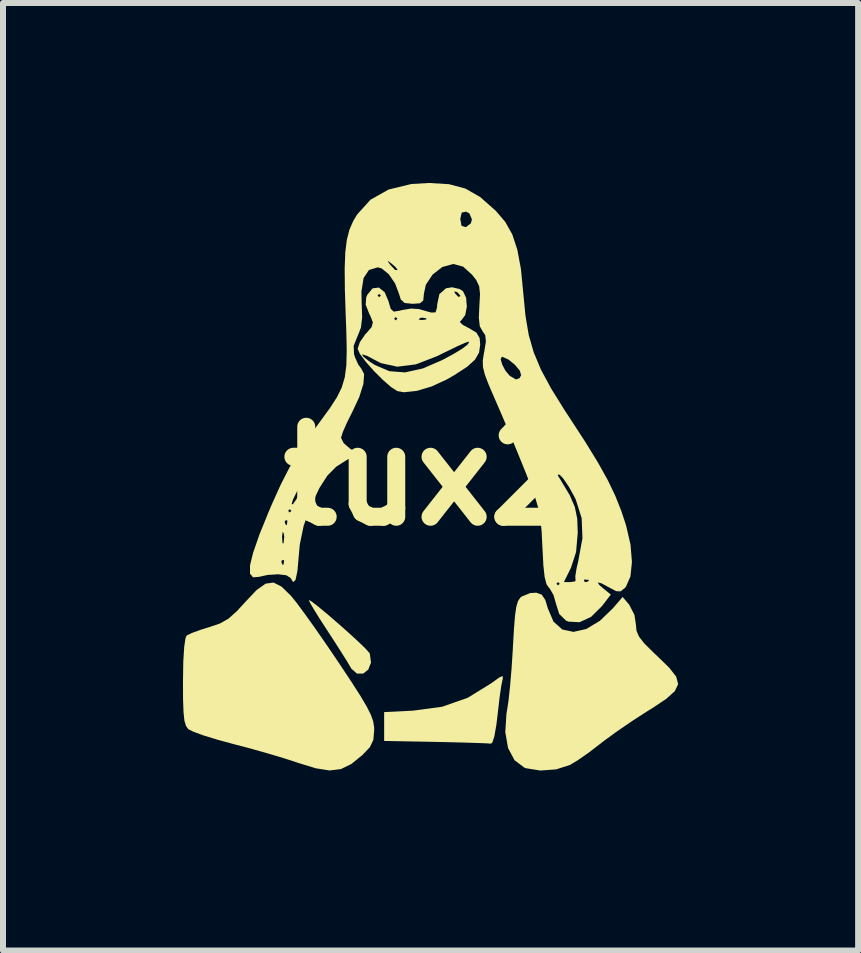
<source format=kicad_pcb>
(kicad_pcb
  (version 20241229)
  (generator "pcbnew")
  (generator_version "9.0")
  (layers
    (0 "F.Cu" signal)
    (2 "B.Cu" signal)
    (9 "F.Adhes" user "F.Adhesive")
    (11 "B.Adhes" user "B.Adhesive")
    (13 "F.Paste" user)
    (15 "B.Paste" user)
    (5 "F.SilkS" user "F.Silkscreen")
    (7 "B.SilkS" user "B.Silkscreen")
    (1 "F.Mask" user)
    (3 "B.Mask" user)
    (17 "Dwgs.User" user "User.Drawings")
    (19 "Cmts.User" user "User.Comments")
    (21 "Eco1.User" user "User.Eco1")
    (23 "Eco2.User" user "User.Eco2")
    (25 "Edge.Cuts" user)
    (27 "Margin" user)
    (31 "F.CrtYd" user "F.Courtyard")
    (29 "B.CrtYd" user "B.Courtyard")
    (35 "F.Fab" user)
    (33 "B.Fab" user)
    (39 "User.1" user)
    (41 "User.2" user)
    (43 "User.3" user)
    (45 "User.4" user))
  (footprint "tux2"
    (layer "F.Cu")
    (at 4.126 4.885)
    (property "Reference" "tux2" (at 0 0 0) (layer "F.SilkS") (effects (font (size 1.5 1.5) (thickness 0.3))))
    (attr board_only exclude_from_pos_files exclude_from_bom)
    (fp_poly (pts (xy -1.982 2.091) (xy -1.874 2.174) (xy -1.723 2.299) (xy -1.55 2.448) (xy -1.374 2.604) (xy -1.214 2.75) (xy -1.089 2.87) (xy -1.02 2.947) (xy -1.012 2.959) (xy -0.992 3.108) (xy -1.037 3.225) (xy -1.123 3.293) (xy -1.226 3.293) (xy -1.321 3.209) (xy -1.332 3.189) (xy -1.389 3.092) (xy -1.492 2.928) (xy -1.623 2.724) (xy -1.721 2.573) (xy -1.852 2.371) (xy -1.954 2.206) (xy -2.016 2.098) (xy -2.029 2.066)) (stroke (width 0) (type solid)) (fill yes) (layer "F.SilkS"))
    (fp_poly (pts (xy 1.205 3.374) (xy 1.199 3.397) (xy 1.177 3.51) (xy 1.151 3.689) (xy 1.134 3.838) (xy 1.098 4.143) (xy 1.063 4.344) (xy 1.029 4.445) (xy 1.003 4.46) (xy 0.938 4.455) (xy 0.782 4.449) (xy 0.555 4.442) (xy 0.277 4.435) (xy 0.097 4.431) (xy -0.773 4.415) (xy -0.773 4.174) (xy -0.773 3.934) (xy -0.29 3.91) (xy 0.193 3.845) (xy 0.621 3.695) (xy 1.018 3.45) (xy 1.028 3.442) (xy 1.149 3.355) (xy 1.202 3.333)) (stroke (width 0) (type solid)) (fill yes) (layer "F.SilkS"))
    (fp_poly (pts (xy -2.482 1.844) (xy -2.329 1.993) (xy -2.233 2.111) (xy -2.091 2.303) (xy -1.916 2.548) (xy -1.722 2.828) (xy -1.532 3.108) (xy -1.323 3.423) (xy -1.169 3.663) (xy -1.062 3.844) (xy -0.994 3.98) (xy -0.956 4.087) (xy -0.941 4.18) (xy -0.939 4.233) (xy -0.953 4.397) (xy -1.011 4.519) (xy -1.137 4.651) (xy -1.137 4.651) (xy -1.321 4.8) (xy -1.494 4.884) (xy -1.682 4.907) (xy -1.912 4.871) (xy -2.21 4.78) (xy -2.236 4.77) (xy -2.451 4.701) (xy -2.733 4.617) (xy -3.043 4.53) (xy -3.285 4.467) (xy -3.549 4.395) (xy -3.778 4.325) (xy -3.949 4.263) (xy -4.037 4.218) (xy -4.038 4.218) (xy -4.076 4.165) (xy -4.102 4.078) (xy -4.117 3.935) (xy -4.125 3.719) (xy -4.126 3.421) (xy -4.121 3.094) (xy -4.106 2.85) (xy -4.084 2.701) (xy -4.064 2.657) (xy -3.98 2.616) (xy -3.828 2.561) (xy -3.689 2.518) (xy -3.509 2.457) (xy -3.367 2.376) (xy -3.226 2.25) (xy -3.087 2.098) (xy -2.899 1.899) (xy -2.749 1.793) (xy -2.616 1.775)) (stroke (width 0) (type solid)) (fill yes) (layer "F.SilkS"))
    (fp_poly (pts (xy 1.853 1.976) (xy 1.913 2.065) (xy 1.956 2.207) (xy 2.05 2.427) (xy 2.196 2.557) (xy 2.382 2.597) (xy 2.596 2.549) (xy 2.825 2.411) (xy 3.04 2.203) (xy 3.202 2.015) (xy 3.313 2.146) (xy 3.399 2.315) (xy 3.423 2.473) (xy 3.433 2.578) (xy 3.474 2.675) (xy 3.56 2.786) (xy 3.71 2.935) (xy 3.79 3.011) (xy 3.982 3.198) (xy 4.096 3.345) (xy 4.127 3.468) (xy 4.072 3.585) (xy 3.928 3.714) (xy 3.691 3.872) (xy 3.605 3.925) (xy 3.357 4.085) (xy 3.105 4.258) (xy 2.889 4.415) (xy 2.817 4.471) (xy 2.632 4.613) (xy 2.449 4.74) (xy 2.321 4.816) (xy 2.093 4.889) (xy 1.831 4.908) (xy 1.593 4.87) (xy 1.563 4.859) (xy 1.4 4.736) (xy 1.292 4.533) (xy 1.246 4.267) (xy 1.266 3.956) (xy 1.275 3.907) (xy 1.3 3.741) (xy 1.326 3.497) (xy 1.351 3.204) (xy 1.371 2.895) (xy 1.373 2.851) (xy 1.391 2.541) (xy 1.409 2.322) (xy 1.43 2.176) (xy 1.458 2.084) (xy 1.495 2.028) (xy 1.521 2.007) (xy 1.662 1.95) (xy 1.763 1.944)) (stroke (width 0) (type solid)) (fill yes) (layer "F.SilkS"))
    (fp_poly (pts (xy 0.486 -3.117) (xy 0.541 -3.081) (xy 0.593 -2.972) (xy 0.605 -2.822) (xy 0.578 -2.683) (xy 0.523 -2.609) (xy 0.488 -2.569) (xy 0.537 -2.52) (xy 0.634 -2.469) (xy 0.765 -2.391) (xy 0.819 -2.299) (xy 0.828 -2.192) (xy 0.809 -2.059) (xy 0.741 -1.94) (xy 0.608 -1.82) (xy 0.396 -1.682) (xy 0.274 -1.612) (xy 0.02 -1.494) (xy -0.229 -1.42) (xy -0.441 -1.397) (xy -0.552 -1.416) (xy -0.657 -1.483) (xy -0.796 -1.604) (xy -0.945 -1.753) (xy -1.08 -1.906) (xy -1.168 -2.024) (xy -1.142 -2.024) (xy -1.114 -1.984) (xy -1.015 -1.908) (xy -0.929 -1.852) (xy -0.686 -1.748) (xy -0.424 -1.728) (xy -0.127 -1.794) (xy 0.194 -1.933) (xy 0.38 -2.033) (xy 0.53 -2.124) (xy 0.613 -2.188) (xy 0.615 -2.19) (xy 0.642 -2.228) (xy 0.633 -2.24) (xy 0.574 -2.22) (xy 0.45 -2.165) (xy 0.25 -2.068) (xy 0.11 -1.999) (xy -0.244 -1.862) (xy -0.555 -1.823) (xy -0.828 -1.883) (xy -0.931 -1.936) (xy -1.054 -2.002) (xy -1.133 -2.027) (xy -1.142 -2.024) (xy -1.168 -2.024) (xy -1.178 -2.037) (xy -1.215 -2.121) (xy -1.178 -2.232) (xy -1.089 -2.361) (xy -1.072 -2.379) (xy -0.982 -2.483) (xy -0.961 -2.561) (xy -0.985 -2.623) (xy -0.607 -2.623) (xy -0.58 -2.595) (xy -0.567 -2.608) (xy -0.197 -2.608) (xy -0.143 -2.6) (xy -0.071 -2.61) (xy -0.07 -2.629) (xy -0.144 -2.642) (xy -0.176 -2.633) (xy -0.197 -2.608) (xy -0.567 -2.608) (xy -0.552 -2.623) (xy -0.58 -2.65) (xy -0.607 -2.623) (xy -0.985 -2.623) (xy -1.002 -2.667) (xy -1.022 -2.707) (xy -1.081 -2.856) (xy -1.072 -2.976) (xy -1.059 -3.009) (xy -0.883 -3.009) (xy -0.856 -2.982) (xy -0.828 -3.009) (xy -0.856 -3.037) (xy -0.883 -3.009) (xy -1.059 -3.009) (xy -1.054 -3.021) (xy -0.966 -3.129) (xy -0.861 -3.142) (xy -0.765 -3.065) (xy -0.702 -2.918) (xy -0.664 -2.788) (xy -0.614 -2.741) (xy -0.516 -2.756) (xy -0.48 -2.766) (xy -0.323 -2.792) (xy -0.195 -2.784) (xy -0.052 -2.743) (xy 0.014 -2.725) (xy 0.084 -2.729) (xy 0.109 -2.812) (xy 0.11 -2.857) (xy 0.148 -3.034) (xy 0.197 -3.076) (xy 0.395 -3.076) (xy 0.409 -3.045) (xy 0.464 -2.986) (xy 0.496 -2.998) (xy 0.497 -3.006) (xy 0.458 -3.053) (xy 0.433 -3.07) (xy 0.395 -3.076) (xy 0.197 -3.076) (xy 0.258 -3.13) (xy 0.359 -3.147)) (stroke (width 0) (type solid)) (fill yes) (layer "F.SilkS"))
    (fp_poly (pts (xy 0.309 -4.865) (xy 0.581 -4.792) (xy 0.826 -4.652) (xy 1.08 -4.428) (xy 1.089 -4.42) (xy 1.246 -4.236) (xy 1.363 -4.027) (xy 1.447 -3.772) (xy 1.507 -3.45) (xy 1.547 -3.039) (xy 1.547 -3.037) (xy 1.583 -2.668) (xy 1.637 -2.351) (xy 1.72 -2.062) (xy 1.841 -1.773) (xy 2.01 -1.46) (xy 2.236 -1.096) (xy 2.326 -0.959) (xy 2.588 -0.556) (xy 2.794 -0.22) (xy 2.955 0.069) (xy 3.08 0.33) (xy 3.181 0.584) (xy 3.259 0.821) (xy 3.333 1.14) (xy 3.357 1.432) (xy 3.332 1.674) (xy 3.257 1.844) (xy 3.238 1.866) (xy 3.167 1.922) (xy 3.095 1.919) (xy 2.987 1.862) (xy 2.85 1.788) (xy 2.788 1.772) (xy 2.809 1.811) (xy 2.877 1.871) (xy 3.005 1.975) (xy 2.857 2.168) (xy 2.676 2.347) (xy 2.484 2.436) (xy 2.298 2.426) (xy 2.258 2.409) (xy 2.145 2.299) (xy 2.094 2.137) (xy 2.05 1.983) (xy 1.985 1.872) (xy 1.974 1.862) (xy 1.932 1.801) (xy 1.931 1.795) (xy 2.098 1.795) (xy 2.126 1.822) (xy 2.153 1.795) (xy 2.126 1.767) (xy 2.098 1.795) (xy 1.931 1.795) (xy 1.902 1.683) (xy 1.881 1.491) (xy 1.866 1.207) (xy 1.865 1.187) (xy 1.852 0.926) (xy 1.833 0.722) (xy 1.799 0.542) (xy 1.742 0.352) (xy 1.655 0.118) (xy 1.592 -0.043) (xy 2.114 -0.043) (xy 2.124 -0.007) (xy 2.179 0.083) (xy 2.321 0.32) (xy 2.405 0.515) (xy 2.445 0.709) (xy 2.454 0.942) (xy 2.426 1.266) (xy 2.343 1.523) (xy 2.337 1.536) (xy 2.223 1.767) (xy 2.335 1.767) (xy 2.412 1.755) (xy 2.417 1.736) (xy 2.417 1.73) (xy 2.558 1.73) (xy 2.566 1.763) (xy 2.595 1.767) (xy 2.641 1.747) (xy 2.632 1.73) (xy 2.566 1.724) (xy 2.558 1.73) (xy 2.417 1.73) (xy 2.413 1.67) (xy 2.435 1.533) (xy 2.462 1.419) (xy 2.532 1.036) (xy 2.519 0.702) (xy 2.421 0.392) (xy 2.399 0.347) (xy 2.305 0.177) (xy 2.213 0.042) (xy 2.166 -0.009) (xy 2.114 -0.043) (xy 1.592 -0.043) (xy 1.576 -0.083) (xy 1.447 -0.401) (xy 1.304 -0.745) (xy 1.166 -1.069) (xy 1.075 -1.278) (xy 0.97 -1.521) (xy 0.905 -1.692) (xy 0.874 -1.817) (xy 0.871 -1.925) (xy 0.874 -1.949) (xy 1.169 -1.949) (xy 1.195 -1.857) (xy 1.251 -1.752) (xy 1.319 -1.673) (xy 1.319 -1.672) (xy 1.424 -1.61) (xy 1.485 -1.632) (xy 1.51 -1.682) (xy 1.488 -1.757) (xy 1.406 -1.855) (xy 1.299 -1.942) (xy 1.201 -1.987) (xy 1.189 -1.988) (xy 1.169 -1.949) (xy 0.874 -1.949) (xy 0.889 -2.043) (xy 0.895 -2.071) (xy 0.923 -2.244) (xy 0.912 -2.348) (xy 0.868 -2.413) (xy 0.821 -2.497) (xy 0.805 -2.638) (xy 0.814 -2.837) (xy 0.825 -3.034) (xy 0.811 -3.163) (xy 0.763 -3.265) (xy 0.692 -3.356) (xy 0.544 -3.49) (xy 0.388 -3.534) (xy 0.377 -3.534) (xy 0.197 -3.485) (xy 0.035 -3.359) (xy -0.078 -3.189) (xy -0.11 -3.041) (xy -0.121 -2.926) (xy -0.176 -2.88) (xy -0.299 -2.871) (xy -0.432 -2.885) (xy -0.497 -2.945) (xy -0.524 -3.034) (xy -0.591 -3.211) (xy -0.695 -3.363) (xy -0.813 -3.46) (xy -0.879 -3.479) (xy -1.026 -3.435) (xy -1.116 -3.3) (xy -1.152 -3.073) (xy -1.148 -2.884) (xy -1.14 -2.645) (xy -1.16 -2.475) (xy -1.215 -2.334) (xy -1.219 -2.327) (xy -1.281 -2.17) (xy -1.275 -2.032) (xy -1.26 -1.983) (xy -1.205 -1.859) (xy -1.154 -1.791) (xy -1.107 -1.7) (xy -1.119 -1.536) (xy -1.188 -1.317) (xy -1.298 -1.081) (xy -1.392 -0.893) (xy -1.461 -0.736) (xy -1.491 -0.641) (xy -1.491 -0.635) (xy -1.448 -0.55) (xy -1.347 -0.461) (xy -1.204 -0.367) (xy -1.389 -0.272) (xy -1.571 -0.157) (xy -1.719 -0.008) (xy -1.852 0.199) (xy -1.99 0.49) (xy -1.993 0.497) (xy -2.114 0.826) (xy -2.179 1.14) (xy -2.197 1.339) (xy -2.219 1.586) (xy -2.25 1.73) (xy -2.289 1.768) (xy -2.334 1.697) (xy -2.334 1.697) (xy -2.404 1.653) (xy -2.543 1.637) (xy -2.716 1.648) (xy -2.86 1.68) (xy -2.959 1.687) (xy -3.009 1.626) (xy -3.009 1.491) (xy -2.996 1.436) (xy -2.485 1.436) (xy -2.465 1.481) (xy -2.448 1.472) (xy -2.441 1.407) (xy -2.448 1.399) (xy -2.481 1.406) (xy -2.485 1.436) (xy -2.996 1.436) (xy -2.957 1.278) (xy -2.868 1.022) (xy -2.474 1.022) (xy -2.468 1.116) (xy -2.451 1.124) (xy -2.449 1.119) (xy -2.438 1.01) (xy -2.447 0.954) (xy -2.464 0.931) (xy -2.474 1.004) (xy -2.474 1.022) (xy -2.868 1.022) (xy -2.854 0.98) (xy -2.77 0.773) (xy -2.43 0.773) (xy -2.409 0.818) (xy -2.393 0.81) (xy -2.386 0.744) (xy -2.393 0.736) (xy -2.426 0.744) (xy -2.43 0.773) (xy -2.77 0.773) (xy -2.697 0.592) (xy -2.691 0.58) (xy -2.374 0.58) (xy -2.347 0.607) (xy -2.319 0.58) (xy -2.347 0.552) (xy -2.374 0.58) (xy -2.691 0.58) (xy -2.653 0.49) (xy -2.644 0.469) (xy -2.315 0.469) (xy -2.293 0.469) (xy -2.239 0.391) (xy -2.236 0.387) (xy -2.178 0.268) (xy -2.157 0.193) (xy -2.18 0.194) (xy -2.234 0.272) (xy -2.236 0.276) (xy -2.294 0.395) (xy -2.315 0.469) (xy -2.644 0.469) (xy -2.499 0.147) (xy -2.352 -0.141) (xy -2.189 -0.412) (xy -1.989 -0.705) (xy -1.834 -0.918) (xy -1.677 -1.133) (xy -1.561 -1.312) (xy -1.48 -1.476) (xy -1.429 -1.647) (xy -1.403 -1.848) (xy -1.397 -2.101) (xy -1.404 -2.428) (xy -1.414 -2.681) (xy -1.428 -3.117) (xy -1.431 -3.461) (xy -1.426 -3.589) (xy -0.714 -3.589) (xy -0.7 -3.56) (xy -0.67 -3.52) (xy -0.589 -3.434) (xy -0.553 -3.435) (xy -0.552 -3.444) (xy -0.59 -3.49) (xy -0.649 -3.541) (xy -0.714 -3.589) (xy -1.426 -3.589) (xy -1.421 -3.728) (xy -1.395 -3.938) (xy -1.352 -4.106) (xy -1.289 -4.25) (xy -1.272 -4.279) (xy 0.497 -4.279) (xy 0.516 -4.172) (xy 0.584 -4.15) (xy 0.594 -4.152) (xy 0.673 -4.214) (xy 0.69 -4.279) (xy 0.648 -4.377) (xy 0.594 -4.407) (xy 0.52 -4.392) (xy 0.497 -4.294) (xy 0.497 -4.279) (xy -1.272 -4.279) (xy -1.226 -4.357) (xy -1.001 -4.606) (xy -0.699 -4.776) (xy -0.32 -4.868) (xy -0.028 -4.885)) (stroke (width 0) (type solid)) (fill yes) (layer "F.SilkS")))
  (gr_rect
    (start -3 -3)
    (end 11.253 12.793)
    (stroke (width 0.1) (type default))
    (fill no)
    (layer "Edge.Cuts")))
</source>
